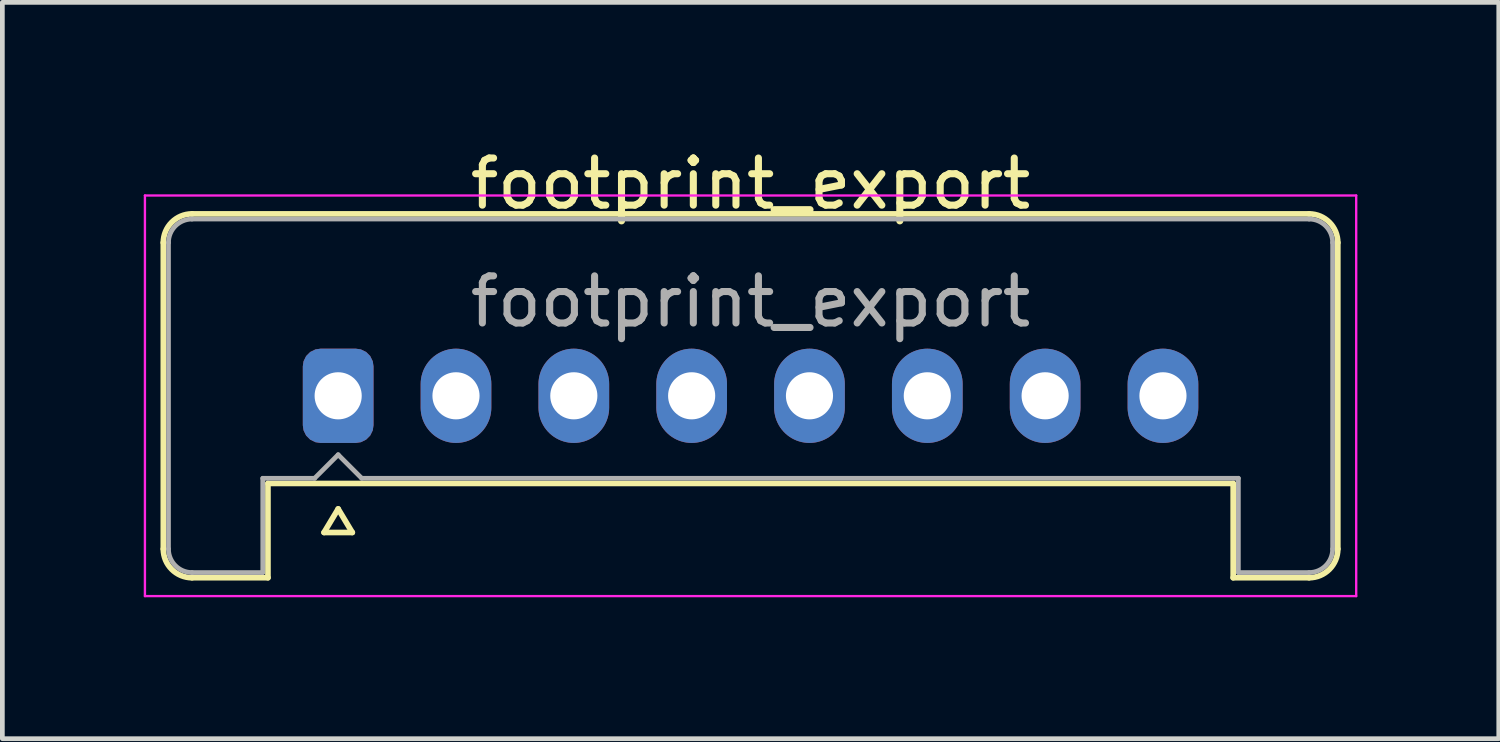
<source format=kicad_pcb>
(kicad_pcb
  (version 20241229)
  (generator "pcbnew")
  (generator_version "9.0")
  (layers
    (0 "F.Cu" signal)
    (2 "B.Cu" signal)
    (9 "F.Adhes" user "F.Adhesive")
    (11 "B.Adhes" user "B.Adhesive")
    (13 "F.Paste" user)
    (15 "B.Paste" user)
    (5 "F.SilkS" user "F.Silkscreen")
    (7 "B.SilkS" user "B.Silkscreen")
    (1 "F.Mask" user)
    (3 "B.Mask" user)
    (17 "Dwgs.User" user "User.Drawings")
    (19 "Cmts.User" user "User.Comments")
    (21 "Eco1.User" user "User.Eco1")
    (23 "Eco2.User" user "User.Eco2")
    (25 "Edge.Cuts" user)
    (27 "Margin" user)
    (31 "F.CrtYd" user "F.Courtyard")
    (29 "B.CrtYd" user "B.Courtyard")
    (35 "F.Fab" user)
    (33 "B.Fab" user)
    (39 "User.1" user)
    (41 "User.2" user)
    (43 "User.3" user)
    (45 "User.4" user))
  (footprint "footprint_export"
    (layer "F.Cu")
    (at 4.125 5.348)
    (property "Reference" "footprint_export" (at 8.75 -4.5 0) (layer "F.SilkS") (effects (font (size 1 1) (thickness 0.15))))
    (attr through_hole)
    (fp_line (start -3.71 -3.25) (end -3.71 3.25) (stroke (width 0.12) (type solid)) (layer "F.SilkS"))
    (fp_line (start -3.1 -3.86) (end 20.6 -3.86) (stroke (width 0.12) (type solid)) (layer "F.SilkS"))
    (fp_line (start -3.1 3.86) (end -1.49 3.86) (stroke (width 0.12) (type solid)) (layer "F.SilkS"))
    (fp_line (start -1.49 1.86) (end 18.99 1.86) (stroke (width 0.12) (type solid)) (layer "F.SilkS"))
    (fp_line (start -1.49 3.86) (end -1.49 1.86) (stroke (width 0.12) (type solid)) (layer "F.SilkS"))
    (fp_line (start -0.3 2.9) (end 0.3 2.9) (stroke (width 0.12) (type solid)) (layer "F.SilkS"))
    (fp_line (start 0 2.4) (end -0.3 2.9) (stroke (width 0.12) (type solid)) (layer "F.SilkS"))
    (fp_line (start 0.3 2.9) (end 0 2.4) (stroke (width 0.12) (type solid)) (layer "F.SilkS"))
    (fp_line (start 18.99 3.86) (end 18.99 1.86) (stroke (width 0.12) (type solid)) (layer "F.SilkS"))
    (fp_line (start 20.6 3.86) (end 18.99 3.86) (stroke (width 0.12) (type solid)) (layer "F.SilkS"))
    (fp_line (start 21.21 -3.25) (end 21.21 3.25) (stroke (width 0.12) (type solid)) (layer "F.SilkS"))
    (fp_arc (start -3.71 -3.25) (mid -3.531335 -3.681335) (end -3.1 -3.86) (stroke (width 0.12) (type solid)) (layer "F.SilkS"))
    (fp_arc (start -3.1 3.86) (mid -3.531335 3.681335) (end -3.71 3.25) (stroke (width 0.12) (type solid)) (layer "F.SilkS"))
    (fp_arc (start 20.6 -3.86) (mid 21.031335 -3.681335) (end 21.21 -3.25) (stroke (width 0.12) (type solid)) (layer "F.SilkS"))
    (fp_arc (start 21.21 3.25) (mid 21.031335 3.681335) (end 20.6 3.86) (stroke (width 0.12) (type solid)) (layer "F.SilkS"))
    (fp_line (start -4.1 -4.25) (end -4.1 4.25) (stroke (width 0.05) (type solid)) (layer "F.CrtYd"))
    (fp_line (start -4.1 4.25) (end 21.6 4.25) (stroke (width 0.05) (type solid)) (layer "F.CrtYd"))
    (fp_line (start 21.6 -4.25) (end -4.1 -4.25) (stroke (width 0.05) (type solid)) (layer "F.CrtYd"))
    (fp_line (start 21.6 4.25) (end 21.6 -4.25) (stroke (width 0.05) (type solid)) (layer "F.CrtYd"))
    (fp_line (start -3.6 -3.25) (end -3.6 3.25) (stroke (width 0.1) (type solid)) (layer "F.Fab"))
    (fp_line (start -3.1 -3.75) (end 20.6 -3.75) (stroke (width 0.1) (type solid)) (layer "F.Fab"))
    (fp_line (start -3.1 3.75) (end -1.6 3.75) (stroke (width 0.1) (type solid)) (layer "F.Fab"))
    (fp_line (start -1.6 1.75) (end -0.5 1.75) (stroke (width 0.1) (type solid)) (layer "F.Fab"))
    (fp_line (start -1.6 3.75) (end -1.6 1.75) (stroke (width 0.1) (type solid)) (layer "F.Fab"))
    (fp_line (start -0.5 1.75) (end 0 1.25) (stroke (width 0.1) (type solid)) (layer "F.Fab"))
    (fp_line (start 0 1.25) (end 0.5 1.75) (stroke (width 0.1) (type solid)) (layer "F.Fab"))
    (fp_line (start 0.5 1.75) (end 19.1 1.75) (stroke (width 0.1) (type solid)) (layer "F.Fab"))
    (fp_line (start 19.1 3.75) (end 19.1 1.75) (stroke (width 0.1) (type solid)) (layer "F.Fab"))
    (fp_line (start 20.6 3.75) (end 19.1 3.75) (stroke (width 0.1) (type solid)) (layer "F.Fab"))
    (fp_line (start 21.1 -3.25) (end 21.1 3.25) (stroke (width 0.1) (type solid)) (layer "F.Fab"))
    (fp_arc (start -3.6 -3.25) (mid -3.453553 -3.603553) (end -3.1 -3.75) (stroke (width 0.1) (type solid)) (layer "F.Fab"))
    (fp_arc (start -3.1 3.75) (mid -3.453553 3.603553) (end -3.6 3.25) (stroke (width 0.1) (type solid)) (layer "F.Fab"))
    (fp_arc (start 20.6 -3.75) (mid 20.953553 -3.603553) (end 21.1 -3.25) (stroke (width 0.1) (type solid)) (layer "F.Fab"))
    (fp_arc (start 21.1 3.25) (mid 20.953553 3.603553) (end 20.6 3.75) (stroke (width 0.1) (type solid)) (layer "F.Fab"))
    (fp_text user "${REFERENCE}" (at 8.75 -2 0) (layer "F.Fab") (effects (font (size 1 1) (thickness 0.15))))
    (pad "1" thru_hole roundrect (at 0 0) (size 1.5 2) (drill 1) (layers "*.Cu" "*.Mask") (roundrect_rratio 0.25))
    (pad "2" thru_hole oval (at 2.5 0) (size 1.5 2) (drill 1) (layers "*.Cu" "*.Mask"))
    (pad "3" thru_hole oval (at 5 0) (size 1.5 2) (drill 1) (layers "*.Cu" "*.Mask"))
    (pad "4" thru_hole oval (at 7.5 0) (size 1.5 2) (drill 1) (layers "*.Cu" "*.Mask"))
    (pad "5" thru_hole oval (at 10 0) (size 1.5 2) (drill 1) (layers "*.Cu" "*.Mask"))
    (pad "6" thru_hole oval (at 12.5 0) (size 1.5 2) (drill 1) (layers "*.Cu" "*.Mask"))
    (pad "7" thru_hole oval (at 15 0) (size 1.5 2) (drill 1) (layers "*.Cu" "*.Mask"))
    (pad "8" thru_hole oval (at 17.5 0) (size 1.5 2) (drill 1) (layers "*.Cu" "*.Mask")))
  (gr_rect
    (start -3 -3)
    (end 28.75 12.623)
    (stroke (width 0.1) (type default))
    (fill no)
    (layer "Edge.Cuts")))
</source>
